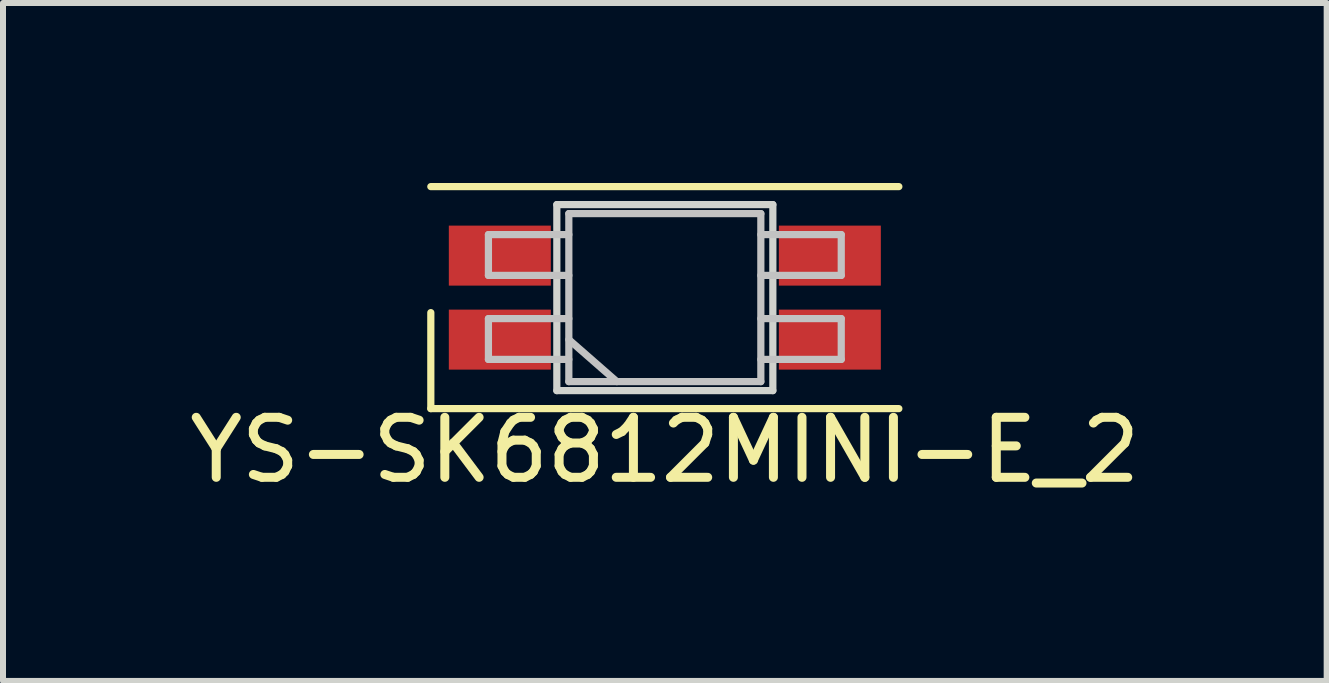
<source format=kicad_pcb>
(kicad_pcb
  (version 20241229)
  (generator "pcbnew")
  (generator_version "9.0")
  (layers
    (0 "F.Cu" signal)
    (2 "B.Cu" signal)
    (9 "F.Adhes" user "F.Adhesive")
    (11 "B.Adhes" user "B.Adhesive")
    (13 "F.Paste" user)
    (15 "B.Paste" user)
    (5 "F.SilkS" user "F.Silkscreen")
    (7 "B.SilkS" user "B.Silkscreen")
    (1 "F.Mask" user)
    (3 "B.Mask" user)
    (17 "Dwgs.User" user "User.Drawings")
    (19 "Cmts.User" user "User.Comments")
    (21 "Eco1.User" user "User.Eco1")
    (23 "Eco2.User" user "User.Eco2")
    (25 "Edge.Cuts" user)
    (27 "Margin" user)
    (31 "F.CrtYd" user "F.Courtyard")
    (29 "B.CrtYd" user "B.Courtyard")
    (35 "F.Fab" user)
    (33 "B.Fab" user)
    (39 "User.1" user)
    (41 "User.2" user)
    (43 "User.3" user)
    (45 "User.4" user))
  (footprint "YS-SK6812MINI-E_2"
    (layer "F.Cu")
    (at 8.03 1.91)
    (property "Reference" "YS-SK6812MINI-E_2" (at 0 2.54 0) (layer "F.SilkS") (effects (font (size 1 1) (thickness 0.15))))
    (attr through_hole)
    (fp_line (start -3.9 0.25) (end -3.9 1.85) (stroke (width 0.12) (type solid)) (layer "F.SilkS"))
    (fp_line (start -3.9 1.85) (end 3.9 1.85) (stroke (width 0.12) (type solid)) (layer "F.SilkS"))
    (fp_line (start 3.9 -1.85) (end -3.9 -1.85) (stroke (width 0.12) (type solid)) (layer "F.SilkS"))
    (fp_line (start -2.94 -1.05) (end -2.94 -0.37) (stroke (width 0.12) (type solid)) (layer "Dwgs.User"))
    (fp_line (start -2.94 -0.37) (end -1.6 -0.37) (stroke (width 0.12) (type solid)) (layer "Dwgs.User"))
    (fp_line (start -2.94 0.35) (end -2.94 1.03) (stroke (width 0.12) (type solid)) (layer "Dwgs.User"))
    (fp_line (start -2.94 1.03) (end -1.6 1.03) (stroke (width 0.12) (type solid)) (layer "Dwgs.User"))
    (fp_line (start -1.6 -1.4) (end -1.6 1.4) (stroke (width 0.12) (type solid)) (layer "Dwgs.User"))
    (fp_line (start -1.6 -1.4) (end 1.6 -1.4) (stroke (width 0.12) (type solid)) (layer "Dwgs.User"))
    (fp_line (start -1.6 -1.05) (end -2.94 -1.05) (stroke (width 0.12) (type solid)) (layer "Dwgs.User"))
    (fp_line (start -1.6 0.35) (end -2.94 0.35) (stroke (width 0.12) (type solid)) (layer "Dwgs.User"))
    (fp_line (start -1.6 0.7) (end -0.8 1.4) (stroke (width 0.12) (type solid)) (layer "Dwgs.User"))
    (fp_line (start -1.6 1.4) (end 1.6 1.4) (stroke (width 0.12) (type solid)) (layer "Dwgs.User"))
    (fp_line (start 1.6 -1.4) (end 1.6 1.4) (stroke (width 0.12) (type solid)) (layer "Dwgs.User"))
    (fp_line (start 1.6 -0.37) (end 2.94 -0.37) (stroke (width 0.12) (type solid)) (layer "Dwgs.User"))
    (fp_line (start 1.6 1.03) (end 2.94 1.03) (stroke (width 0.12) (type solid)) (layer "Dwgs.User"))
    (fp_line (start 2.94 -1.05) (end 1.6 -1.05) (stroke (width 0.12) (type solid)) (layer "Dwgs.User"))
    (fp_line (start 2.94 -0.37) (end 2.94 -1.05) (stroke (width 0.12) (type solid)) (layer "Dwgs.User"))
    (fp_line (start 2.94 0.35) (end 1.6 0.35) (stroke (width 0.12) (type solid)) (layer "Dwgs.User"))
    (fp_line (start 2.94 1.03) (end 2.94 0.35) (stroke (width 0.12) (type solid)) (layer "Dwgs.User"))
    (fp_line (start -1.8 -1.55) (end -1.8 1.55) (stroke (width 0.12) (type solid)) (layer "Edge.Cuts"))
    (fp_line (start -1.8 1.55) (end 1.8 1.55) (stroke (width 0.12) (type solid)) (layer "Edge.Cuts"))
    (fp_line (start 1.8 -1.55) (end -1.8 -1.55) (stroke (width 0.12) (type solid)) (layer "Edge.Cuts"))
    (fp_line (start 1.8 1.55) (end 1.8 -1.55) (stroke (width 0.12) (type solid)) (layer "Edge.Cuts"))
    (pad "1" smd rect (at 2.75 -0.7) (size 1.7 1) (layers "F.Cu" "F.Mask" "F.Paste"))
    (pad "2" smd rect (at 2.75 0.7) (size 1.7 1) (layers "F.Cu" "F.Mask" "F.Paste"))
    (pad "3" smd rect (at -2.75 0.7) (size 1.7 1) (layers "F.Cu" "F.Mask" "F.Paste"))
    (pad "4" smd rect (at -2.75 -0.7) (size 1.7 1) (layers "F.Cu" "F.Mask" "F.Paste")))
  (gr_rect
    (start -3 -3)
    (end 19.06 8.298)
    (stroke (width 0.1) (type default))
    (fill no)
    (layer "Edge.Cuts")))
</source>
